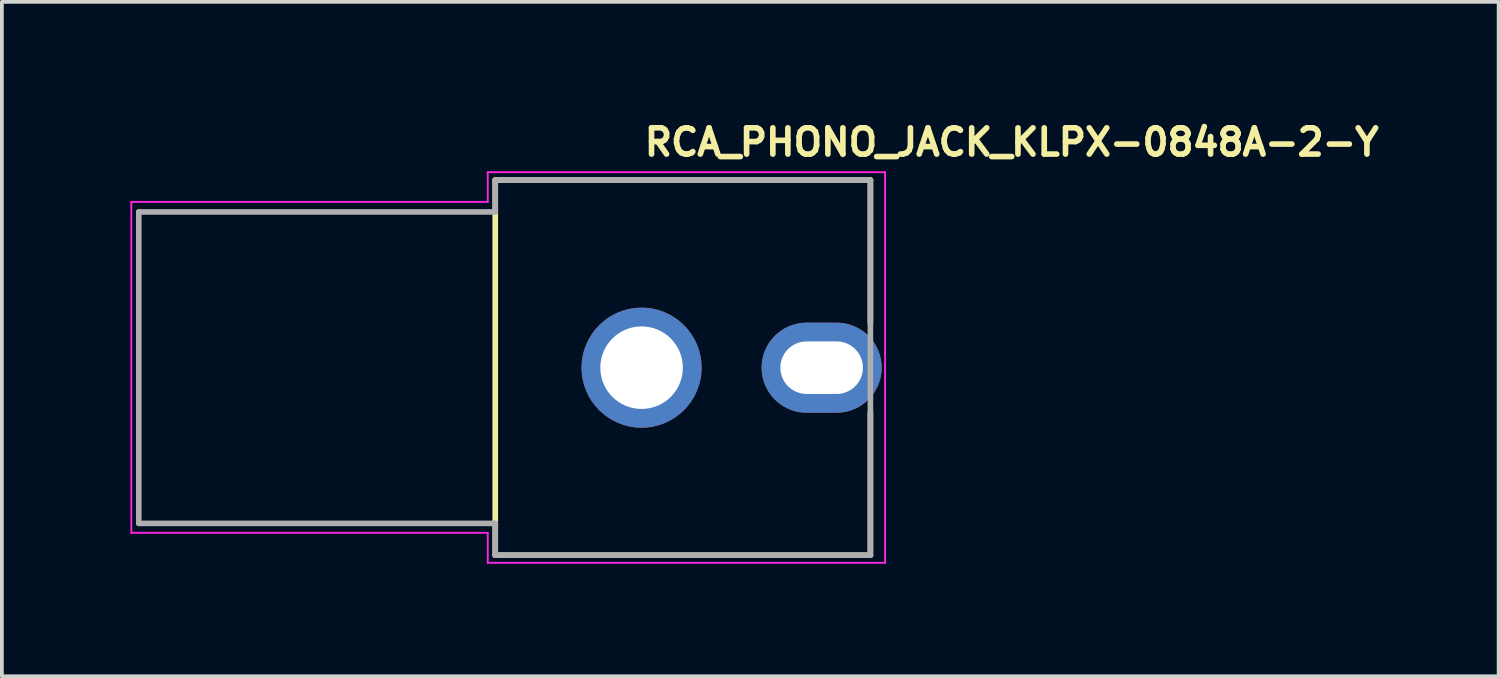
<source format=kicad_pcb>
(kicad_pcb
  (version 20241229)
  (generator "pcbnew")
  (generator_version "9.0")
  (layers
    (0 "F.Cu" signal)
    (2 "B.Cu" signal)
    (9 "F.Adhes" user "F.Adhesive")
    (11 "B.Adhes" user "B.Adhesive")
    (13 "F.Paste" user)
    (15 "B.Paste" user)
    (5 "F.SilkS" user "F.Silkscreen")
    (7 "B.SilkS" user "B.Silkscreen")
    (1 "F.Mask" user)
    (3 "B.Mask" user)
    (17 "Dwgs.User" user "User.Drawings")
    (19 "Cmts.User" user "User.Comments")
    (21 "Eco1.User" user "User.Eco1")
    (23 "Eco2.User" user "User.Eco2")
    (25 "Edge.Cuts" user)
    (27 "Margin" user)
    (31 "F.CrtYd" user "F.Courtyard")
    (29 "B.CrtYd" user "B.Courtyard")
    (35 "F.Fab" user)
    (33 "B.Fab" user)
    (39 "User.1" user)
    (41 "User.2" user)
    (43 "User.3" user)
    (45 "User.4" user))
  (footprint "RCA_PHONO_JACK_KLPX-0848A-2-Y"
    (layer "F.Cu")
    (at 14.05 6.75)
    (property "Reference" "RCA_PHONO_JACK_KLPX-0848A-2-Y" (at 0 -5.6 0) (unlocked yes) (layer "F.SilkS") (effects (font (size 0.7 0.7) (thickness 0.15)) (justify left bottom)))
    (attr through_hole)
    (fp_line (start -3.9 -5) (end -3.9 4.998) (stroke (width 0.15) (type solid)) (layer "F.SilkS"))
    (fp_line (start -3.9 -5) (end 6.099 -5) (stroke (width 0.15) (type solid)) (layer "F.SilkS"))
    (fp_line (start -3.9 4.998) (end 6.099 4.998) (stroke (width 0.15) (type solid)) (layer "F.SilkS"))
    (fp_line (start 6.099 -5) (end 6.099 -1.2) (stroke (width 0.15) (type solid)) (layer "F.SilkS"))
    (fp_line (start 6.099 4.998) (end 6.099 1.199) (stroke (width 0.15) (type solid)) (layer "F.SilkS"))
    (fp_line (start -13.6 -4.42) (end -4.1 -4.42) (stroke (width 0.05) (type solid)) (layer "F.CrtYd"))
    (fp_line (start -13.6 4.4) (end -13.6 -4.42) (stroke (width 0.05) (type solid)) (layer "F.CrtYd"))
    (fp_line (start -4.1 -5.21) (end 6.49 -5.21) (stroke (width 0.05) (type solid)) (layer "F.CrtYd"))
    (fp_line (start -4.1 -4.42) (end -4.1 -5.21) (stroke (width 0.05) (type solid)) (layer "F.CrtYd"))
    (fp_line (start -4.1 4.4) (end -13.6 4.4) (stroke (width 0.05) (type solid)) (layer "F.CrtYd"))
    (fp_line (start -4.1 5.2) (end -4.1 4.4) (stroke (width 0.05) (type solid)) (layer "F.CrtYd"))
    (fp_line (start 6.49 -5.21) (end 6.49 5.2) (stroke (width 0.05) (type solid)) (layer "F.CrtYd"))
    (fp_line (start 6.49 5.2) (end -4.1 5.2) (stroke (width 0.05) (type solid)) (layer "F.CrtYd"))
    (fp_line (start -13.401 -4.151) (end -13.401 4.15) (stroke (width 0.15) (type solid)) (layer "F.Fab"))
    (fp_line (start -13.401 -4.151) (end -3.9 -4.151) (stroke (width 0.15) (type solid)) (layer "F.Fab"))
    (fp_line (start -13.401 4.15) (end -3.9 4.15) (stroke (width 0.15) (type solid)) (layer "F.Fab"))
    (fp_line (start -3.9 -5) (end -3.9 -4.151) (stroke (width 0.15) (type solid)) (layer "F.Fab"))
    (fp_line (start -3.9 4.15) (end -3.9 4.998) (stroke (width 0.15) (type solid)) (layer "F.Fab"))
    (fp_line (start -3.9 4.998) (end 6.099 4.998) (stroke (width 0.15) (type solid)) (layer "F.Fab"))
    (fp_line (start 6.099 -5) (end -3.9 -5) (stroke (width 0.15) (type solid)) (layer "F.Fab"))
    (fp_line (start 6.099 4.998) (end 6.099 -5) (stroke (width 0.15) (type solid)) (layer "F.Fab"))
    (fp_rect (start -14 -5) (end 5.599 4.998) (stroke (width 0.1) (type solid)) (fill no) (layer "User.5"))
    (fp_line (start -14 -0.3) (end -14 0.298) (stroke (width 0.02) (type solid)) (layer "User.9"))
    (fp_line (start -14 -0.3) (end -12.92 -0.3) (stroke (width 0.02) (type solid)) (layer "User.9"))
    (fp_line (start -14 0.298) (end -12.92 0.298) (stroke (width 0.02) (type solid)) (layer "User.9"))
    (fp_line (start -13.901 -5) (end -13.901 -2) (stroke (width 0.02) (type solid)) (layer "User.9"))
    (fp_line (start -13.901 -5) (end -3.9 -5) (stroke (width 0.02) (type solid)) (layer "User.9"))
    (fp_line (start -13.901 -2) (end -3.9 -2) (stroke (width 0.02) (type solid)) (layer "User.9"))
    (fp_line (start -13.901 -1.651) (end -13.901 -2) (stroke (width 0.02) (type solid)) (layer "User.9"))
    (fp_line (start -13.901 -1.651) (end -12.901 -1.651) (stroke (width 0.02) (type solid)) (layer "User.9"))
    (fp_line (start -13.901 1.648) (end -12.901 1.648) (stroke (width 0.02) (type solid)) (layer "User.9"))
    (fp_line (start -13.901 1.999) (end -13.901 1.648) (stroke (width 0.02) (type solid)) (layer "User.9"))
    (fp_line (start -13.901 1.999) (end -13.901 4.998) (stroke (width 0.02) (type solid)) (layer "User.9"))
    (fp_line (start -13.901 1.999) (end -3.9 1.999) (stroke (width 0.02) (type solid)) (layer "User.9"))
    (fp_line (start -13.901 4.998) (end -3.9 4.998) (stroke (width 0.02) (type solid)) (layer "User.9"))
    (fp_line (start -12.92 -0.3) (end -12.92 0.298) (stroke (width 0.02) (type solid)) (layer "User.9"))
    (fp_line (start -12.92 -0.3) (end -12.122 -0.3) (stroke (width 0.02) (type solid)) (layer "User.9"))
    (fp_line (start -12.92 0.298) (end -12.122 0.298) (stroke (width 0.02) (type solid)) (layer "User.9"))
    (fp_line (start -12.901 -0.3) (end -12.901 -2) (stroke (width 0.02) (type solid)) (layer "User.9"))
    (fp_line (start -12.901 1.999) (end -12.901 0.298) (stroke (width 0.02) (type solid)) (layer "User.9"))
    (fp_line (start -12.122 -0.3) (end -12.122 0.298) (stroke (width 0.02) (type solid)) (layer "User.9"))
    (fp_line (start -9.901 -2) (end -9.901 1.999) (stroke (width 0.02) (type solid)) (layer "User.9"))
    (fp_line (start -4.901 -2) (end -4.901 -0.826) (stroke (width 0.02) (type solid)) (layer "User.9"))
    (fp_line (start -4.901 -0.826) (end -4.901 0.824) (stroke (width 0.02) (type solid)) (layer "User.9"))
    (fp_line (start -4.901 0.824) (end -4.901 1.999) (stroke (width 0.02) (type solid)) (layer "User.9"))
    (fp_line (start -4.5 -2) (end -4.5 1.999) (stroke (width 0.02) (type solid)) (layer "User.9"))
    (fp_line (start -3.9 -5) (end -3.9 -2) (stroke (width 0.02) (type solid)) (layer "User.9"))
    (fp_line (start -3.9 1.999) (end -3.9 4.998) (stroke (width 0.02) (type solid)) (layer "User.9"))
    (fp_line (start 4.349 -4.151) (end -3.9 -4.151) (stroke (width 0.02) (type solid)) (layer "User.9"))
    (fp_line (start 4.349 4.15) (end -3.9 4.15) (stroke (width 0.02) (type solid)) (layer "User.9"))
    (fp_line (start 4.411 -4.149) (end 4.349 -4.151) (stroke (width 0.02) (type solid)) (layer "User.9"))
    (fp_line (start 4.411 4.147) (end 4.349 4.15) (stroke (width 0.02) (type solid)) (layer "User.9"))
    (fp_line (start 4.472 -4.145) (end 4.411 -4.149) (stroke (width 0.02) (type solid)) (layer "User.9"))
    (fp_line (start 4.472 4.142) (end 4.411 4.147) (stroke (width 0.02) (type solid)) (layer "User.9"))
    (fp_line (start 4.533 -4.138) (end 4.472 -4.145) (stroke (width 0.02) (type solid)) (layer "User.9"))
    (fp_line (start 4.533 4.136) (end 4.472 4.142) (stroke (width 0.02) (type solid)) (layer "User.9"))
    (fp_line (start 4.594 -4.127) (end 4.533 -4.138) (stroke (width 0.02) (type solid)) (layer "User.9"))
    (fp_line (start 4.594 4.124) (end 4.533 4.136) (stroke (width 0.02) (type solid)) (layer "User.9"))
    (fp_line (start 4.653 -4.114) (end 4.594 -4.127) (stroke (width 0.02) (type solid)) (layer "User.9"))
    (fp_line (start 4.653 4.112) (end 4.594 4.124) (stroke (width 0.02) (type solid)) (layer "User.9"))
    (fp_line (start 4.712 -4.096) (end 4.653 -4.114) (stroke (width 0.02) (type solid)) (layer "User.9"))
    (fp_line (start 4.712 4.094) (end 4.653 4.112) (stroke (width 0.02) (type solid)) (layer "User.9"))
    (fp_line (start 4.77 -4.077) (end 4.712 -4.096) (stroke (width 0.02) (type solid)) (layer "User.9"))
    (fp_line (start 4.77 4.076) (end 4.712 4.094) (stroke (width 0.02) (type solid)) (layer "User.9"))
    (fp_line (start 4.828 -4.055) (end 4.77 -4.077) (stroke (width 0.02) (type solid)) (layer "User.9"))
    (fp_line (start 4.828 4.054) (end 4.77 4.076) (stroke (width 0.02) (type solid)) (layer "User.9"))
    (fp_line (start 4.884 -4.031) (end 4.828 -4.055) (stroke (width 0.02) (type solid)) (layer "User.9"))
    (fp_line (start 4.884 4.03) (end 4.828 4.054) (stroke (width 0.02) (type solid)) (layer "User.9"))
    (fp_line (start 4.937 -4.004) (end 4.884 -4.031) (stroke (width 0.02) (type solid)) (layer "User.9"))
    (fp_line (start 4.937 4.001) (end 4.884 4.03) (stroke (width 0.02) (type solid)) (layer "User.9"))
    (fp_line (start 4.991 -3.973) (end 4.937 -4.004) (stroke (width 0.02) (type solid)) (layer "User.9"))
    (fp_line (start 4.991 3.971) (end 4.937 4.001) (stroke (width 0.02) (type solid)) (layer "User.9"))
    (fp_line (start 5.043 -3.94) (end 4.991 -3.973) (stroke (width 0.02) (type solid)) (layer "User.9"))
    (fp_line (start 5.043 3.938) (end 4.991 3.971) (stroke (width 0.02) (type solid)) (layer "User.9"))
    (fp_line (start 5.092 -3.906) (end 5.043 -3.94) (stroke (width 0.02) (type solid)) (layer "User.9"))
    (fp_line (start 5.092 3.903) (end 5.043 3.938) (stroke (width 0.02) (type solid)) (layer "User.9"))
    (fp_line (start 5.142 -3.867) (end 5.092 -3.906) (stroke (width 0.02) (type solid)) (layer "User.9"))
    (fp_line (start 5.142 3.866) (end 5.092 3.903) (stroke (width 0.02) (type solid)) (layer "User.9"))
    (fp_line (start 5.187 -3.827) (end 5.142 -3.867) (stroke (width 0.02) (type solid)) (layer "User.9"))
    (fp_line (start 5.187 3.825) (end 5.142 3.866) (stroke (width 0.02) (type solid)) (layer "User.9"))
    (fp_line (start 5.233 -3.785) (end 5.187 -3.827) (stroke (width 0.02) (type solid)) (layer "User.9"))
    (fp_line (start 5.233 -3.785) (end 5.233 -3.785) (stroke (width 0.02) (type solid)) (layer "User.9"))
    (fp_line (start 5.233 3.782) (end 5.187 3.825) (stroke (width 0.02) (type solid)) (layer "User.9"))
    (fp_line (start 5.233 3.782) (end 5.233 3.782) (stroke (width 0.02) (type solid)) (layer "User.9"))
    (fp_line (start 5.275 -3.739) (end 5.233 -3.785) (stroke (width 0.02) (type solid)) (layer "User.9"))
    (fp_line (start 5.275 3.737) (end 5.233 3.782) (stroke (width 0.02) (type solid)) (layer "User.9"))
    (fp_line (start 5.315 -3.693) (end 5.275 -3.739) (stroke (width 0.02) (type solid)) (layer "User.9"))
    (fp_line (start 5.315 3.692) (end 5.275 3.737) (stroke (width 0.02) (type solid)) (layer "User.9"))
    (fp_line (start 5.353 -3.645) (end 5.315 -3.693) (stroke (width 0.02) (type solid)) (layer "User.9"))
    (fp_line (start 5.353 3.643) (end 5.315 3.692) (stroke (width 0.02) (type solid)) (layer "User.9"))
    (fp_line (start 5.389 -3.594) (end 5.353 -3.645) (stroke (width 0.02) (type solid)) (layer "User.9"))
    (fp_line (start 5.389 3.592) (end 5.353 3.643) (stroke (width 0.02) (type solid)) (layer "User.9"))
    (fp_line (start 5.421 -3.543) (end 5.389 -3.594) (stroke (width 0.02) (type solid)) (layer "User.9"))
    (fp_line (start 5.421 3.54) (end 5.389 3.592) (stroke (width 0.02) (type solid)) (layer "User.9"))
    (fp_line (start 5.451 -3.489) (end 5.421 -3.543) (stroke (width 0.02) (type solid)) (layer "User.9"))
    (fp_line (start 5.451 3.487) (end 5.421 3.54) (stroke (width 0.02) (type solid)) (layer "User.9"))
    (fp_line (start 5.48 -3.435) (end 5.451 -3.489) (stroke (width 0.02) (type solid)) (layer "User.9"))
    (fp_line (start 5.48 3.434) (end 5.451 3.487) (stroke (width 0.02) (type solid)) (layer "User.9"))
    (fp_line (start 5.504 -3.379) (end 5.48 -3.435) (stroke (width 0.02) (type solid)) (layer "User.9"))
    (fp_line (start 5.504 3.378) (end 5.48 3.434) (stroke (width 0.02) (type solid)) (layer "User.9"))
    (fp_line (start 5.525 -3.322) (end 5.504 -3.379) (stroke (width 0.02) (type solid)) (layer "User.9"))
    (fp_line (start 5.525 3.321) (end 5.504 3.378) (stroke (width 0.02) (type solid)) (layer "User.9"))
    (fp_line (start 5.544 -3.265) (end 5.525 -3.322) (stroke (width 0.02) (type solid)) (layer "User.9"))
    (fp_line (start 5.544 3.262) (end 5.525 3.321) (stroke (width 0.02) (type solid)) (layer "User.9"))
    (fp_line (start 5.562 -3.206) (end 5.544 -3.265) (stroke (width 0.02) (type solid)) (layer "User.9"))
    (fp_line (start 5.562 3.204) (end 5.544 3.262) (stroke (width 0.02) (type solid)) (layer "User.9"))
    (fp_line (start 5.575 -3.146) (end 5.562 -3.206) (stroke (width 0.02) (type solid)) (layer "User.9"))
    (fp_line (start 5.575 3.144) (end 5.562 3.204) (stroke (width 0.02) (type solid)) (layer "User.9"))
    (fp_line (start 5.586 -3.085) (end 5.575 -3.146) (stroke (width 0.02) (type solid)) (layer "User.9"))
    (fp_line (start 5.586 3.084) (end 5.575 3.144) (stroke (width 0.02) (type solid)) (layer "User.9"))
    (fp_line (start 5.592 -3.024) (end 5.586 -3.085) (stroke (width 0.02) (type solid)) (layer "User.9"))
    (fp_line (start 5.592 3.023) (end 5.586 3.084) (stroke (width 0.02) (type solid)) (layer "User.9"))
    (fp_line (start 5.597 -2.963) (end 5.592 -3.024) (stroke (width 0.02) (type solid)) (layer "User.9"))
    (fp_line (start 5.597 2.96) (end 5.592 3.023) (stroke (width 0.02) (type solid)) (layer "User.9"))
    (fp_line (start 5.599 -2.9) (end 5.597 -2.963) (stroke (width 0.02) (type solid)) (layer "User.9"))
    (fp_line (start 5.599 -2.9) (end 5.599 -2.828) (stroke (width 0.02) (type solid)) (layer "User.9"))
    (fp_line (start 5.599 -2.828) (end 5.599 -2.828) (stroke (width 0.02) (type solid)) (layer "User.9"))
    (fp_line (start 5.599 -2.828) (end 5.599 -2.613) (stroke (width 0.02) (type solid)) (layer "User.9"))
    (fp_line (start 5.599 -2.613) (end 5.599 -2.613) (stroke (width 0.02) (type solid)) (layer "User.9"))
    (fp_line (start 5.599 -2.613) (end 5.599 -2.269) (stroke (width 0.02) (type solid)) (layer "User.9"))
    (fp_line (start 5.599 -2.269) (end 5.599 -2.269) (stroke (width 0.02) (type solid)) (layer "User.9"))
    (fp_line (start 5.599 -2.269) (end 5.599 -1.809) (stroke (width 0.02) (type solid)) (layer "User.9"))
    (fp_line (start 5.599 -2.097) (end 5.599 -2.15) (stroke (width 0.02) (type solid)) (layer "User.9"))
    (fp_line (start 5.599 -2.097) (end 5.599 -2.097) (stroke (width 0.02) (type solid)) (layer "User.9"))
    (fp_line (start 5.599 -1.938) (end 5.599 -2.097) (stroke (width 0.02) (type solid)) (layer "User.9"))
    (fp_line (start 5.599 -1.938) (end 5.599 -1.938) (stroke (width 0.02) (type solid)) (layer "User.9"))
    (fp_line (start 5.599 -1.809) (end 5.599 -1.809) (stroke (width 0.02) (type solid)) (layer "User.9"))
    (fp_line (start 5.599 -1.809) (end 5.599 -1.26) (stroke (width 0.02) (type solid)) (layer "User.9"))
    (fp_line (start 5.599 -1.682) (end 5.599 -1.938) (stroke (width 0.02) (type solid)) (layer "User.9"))
    (fp_line (start 5.599 -1.682) (end 5.599 -1.682) (stroke (width 0.02) (type solid)) (layer "User.9"))
    (fp_line (start 5.599 -1.341) (end 5.599 -1.682) (stroke (width 0.02) (type solid)) (layer "User.9"))
    (fp_line (start 5.599 -1.341) (end 5.599 -1.341) (stroke (width 0.02) (type solid)) (layer "User.9"))
    (fp_line (start 5.599 -1.26) (end 5.599 -1.26) (stroke (width 0.02) (type solid)) (layer "User.9"))
    (fp_line (start 5.599 -1.26) (end 5.599 -0.647) (stroke (width 0.02) (type solid)) (layer "User.9"))
    (fp_line (start 5.599 -0.934) (end 5.599 -1.341) (stroke (width 0.02) (type solid)) (layer "User.9"))
    (fp_line (start 5.599 -0.934) (end 5.599 -0.934) (stroke (width 0.02) (type solid)) (layer "User.9"))
    (fp_line (start 5.599 -0.647) (end 5.599 -0.647) (stroke (width 0.02) (type solid)) (layer "User.9"))
    (fp_line (start 5.599 -0.647) (end 5.599 0) (stroke (width 0.02) (type solid)) (layer "User.9"))
    (fp_line (start 5.599 -0.48) (end 5.599 -0.934) (stroke (width 0.02) (type solid)) (layer "User.9"))
    (fp_line (start 5.599 -0.48) (end 5.599 -0.48) (stroke (width 0.02) (type solid)) (layer "User.9"))
    (fp_line (start 5.599 0) (end 5.599 -0.48) (stroke (width 0.02) (type solid)) (layer "User.9"))
    (fp_line (start 5.599 0) (end 5.599 0) (stroke (width 0.02) (type solid)) (layer "User.9"))
    (fp_line (start 5.599 0) (end 5.599 0) (stroke (width 0.02) (type solid)) (layer "User.9"))
    (fp_line (start 5.599 0) (end 5.599 0.645) (stroke (width 0.02) (type solid)) (layer "User.9"))
    (fp_line (start 5.599 0.478) (end 5.599 0) (stroke (width 0.02) (type solid)) (layer "User.9"))
    (fp_line (start 5.599 0.478) (end 5.599 0.478) (stroke (width 0.02) (type solid)) (layer "User.9"))
    (fp_line (start 5.599 0.645) (end 5.599 0.645) (stroke (width 0.02) (type solid)) (layer "User.9"))
    (fp_line (start 5.599 0.645) (end 5.599 1.257) (stroke (width 0.02) (type solid)) (layer "User.9"))
    (fp_line (start 5.599 0.932) (end 5.599 0.478) (stroke (width 0.02) (type solid)) (layer "User.9"))
    (fp_line (start 5.599 0.932) (end 5.599 0.932) (stroke (width 0.02) (type solid)) (layer "User.9"))
    (fp_line (start 5.599 1.257) (end 5.599 1.257) (stroke (width 0.02) (type solid)) (layer "User.9"))
    (fp_line (start 5.599 1.257) (end 5.599 1.808) (stroke (width 0.02) (type solid)) (layer "User.9"))
    (fp_line (start 5.599 1.34) (end 5.599 0.932) (stroke (width 0.02) (type solid)) (layer "User.9"))
    (fp_line (start 5.599 1.34) (end 5.599 1.34) (stroke (width 0.02) (type solid)) (layer "User.9"))
    (fp_line (start 5.599 1.679) (end 5.599 1.34) (stroke (width 0.02) (type solid)) (layer "User.9"))
    (fp_line (start 5.599 1.679) (end 5.599 1.679) (stroke (width 0.02) (type solid)) (layer "User.9"))
    (fp_line (start 5.599 1.808) (end 5.599 1.808) (stroke (width 0.02) (type solid)) (layer "User.9"))
    (fp_line (start 5.599 1.808) (end 5.599 2.266) (stroke (width 0.02) (type solid)) (layer "User.9"))
    (fp_line (start 5.599 1.937) (end 5.599 1.679) (stroke (width 0.02) (type solid)) (layer "User.9"))
    (fp_line (start 5.599 1.937) (end 5.599 1.937) (stroke (width 0.02) (type solid)) (layer "User.9"))
    (fp_line (start 5.599 2.096) (end 5.599 1.937) (stroke (width 0.02) (type solid)) (layer "User.9"))
    (fp_line (start 5.599 2.096) (end 5.599 2.096) (stroke (width 0.02) (type solid)) (layer "User.9"))
    (fp_line (start 5.599 2.148) (end 5.599 2.096) (stroke (width 0.02) (type solid)) (layer "User.9"))
    (fp_line (start 5.599 2.266) (end 5.599 2.266) (stroke (width 0.02) (type solid)) (layer "User.9"))
    (fp_line (start 5.599 2.266) (end 5.599 2.612) (stroke (width 0.02) (type solid)) (layer "User.9"))
    (fp_line (start 5.599 2.612) (end 5.599 2.612) (stroke (width 0.02) (type solid)) (layer "User.9"))
    (fp_line (start 5.599 2.612) (end 5.599 2.826) (stroke (width 0.02) (type solid)) (layer "User.9"))
    (fp_line (start 5.599 2.826) (end 5.599 2.826) (stroke (width 0.02) (type solid)) (layer "User.9"))
    (fp_line (start 5.599 2.826) (end 5.599 2.898) (stroke (width 0.02) (type solid)) (layer "User.9"))
    (fp_line (start 5.599 2.898) (end 5.597 2.96) (stroke (width 0.02) (type solid)) (layer "User.9"))
    (pad "1" thru_hole circle (at 0 0) (size 3.2 3.2) (drill 2.2) (layers "*.Cu" "*.Mask"))
    (pad "2" thru_hole oval (at 4.799 0 90) (size 2.4 3.2) (drill oval 1.4 2.2) (layers "*.Cu" "*.Mask")))
  (gr_rect
    (start -3 -3)
    (end 36.893 14.975)
    (stroke (width 0.1) (type default))
    (fill no)
    (layer "Edge.Cuts")))
</source>
